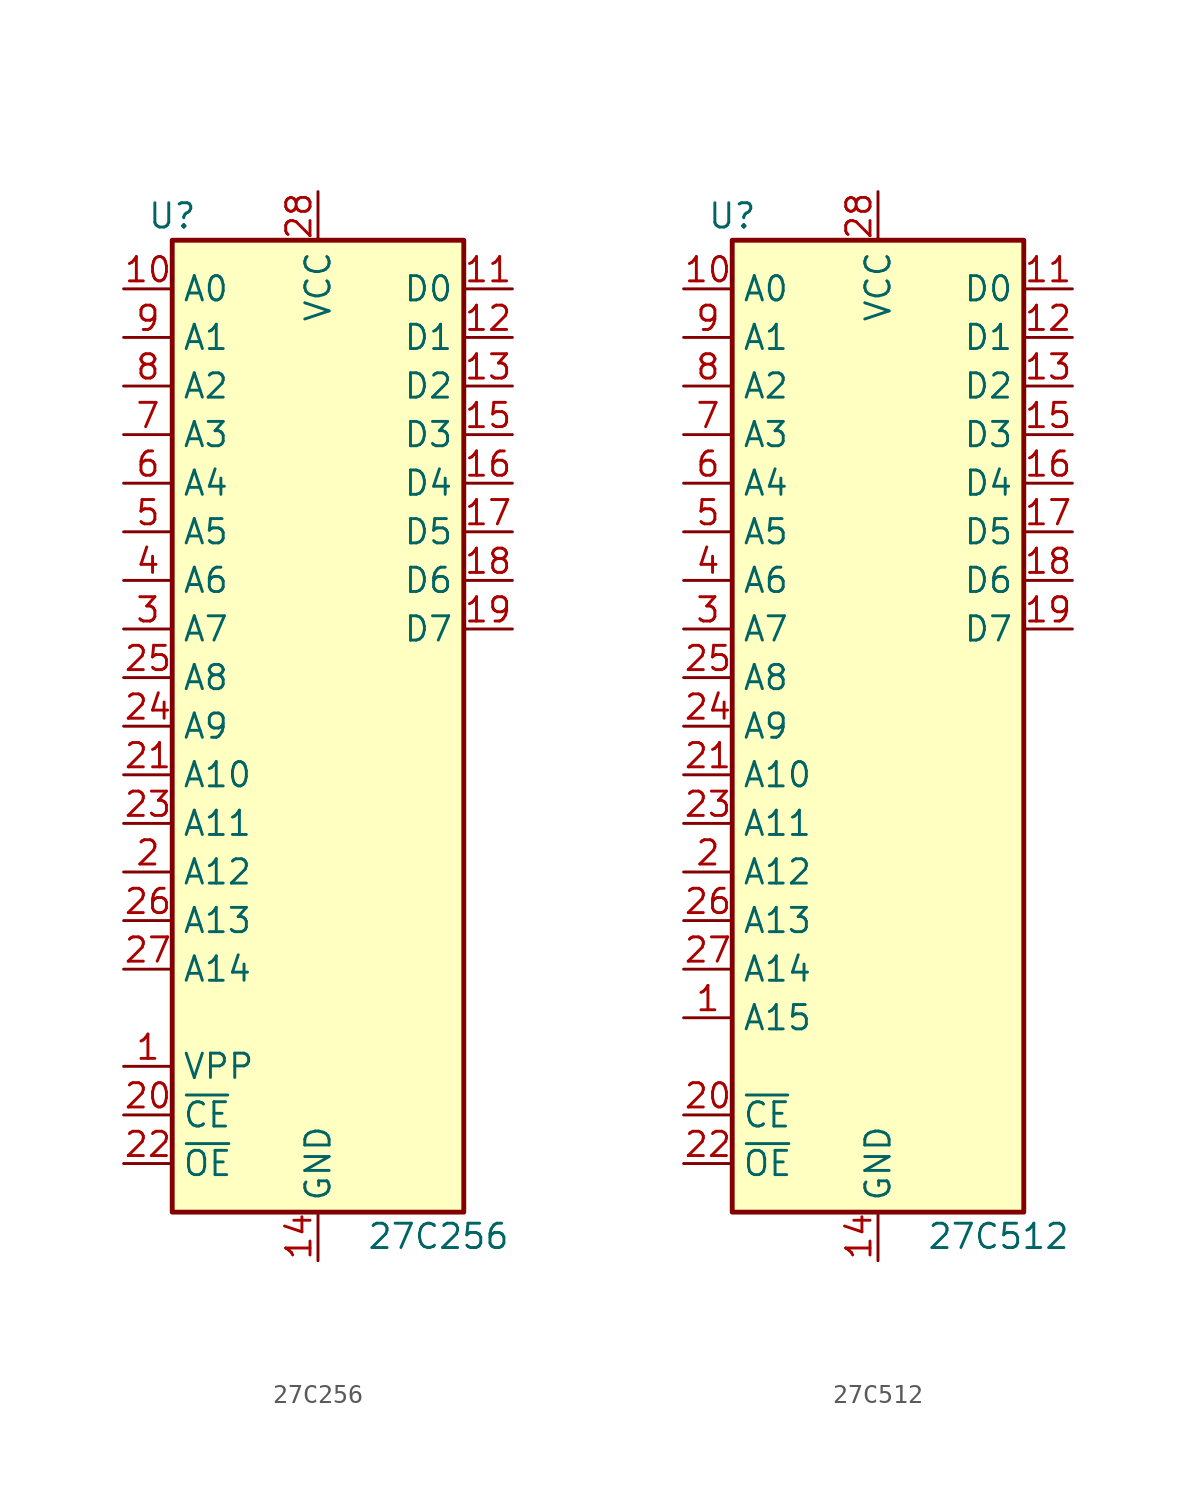
<source format=kicad_sym>
(kicad_symbol_lib
  (version 20241209)
  (generator "kicad_symbol_editor")
  (generator_version "9.0")
  (symbol "27C256"
    (property "Reference" "U"
      (at -7.62 26.67 0)
      (effects (font (size 1.27 1.27))))
    (property "Value" "27C256"
      (at 2.54 -26.67 0)
      (effects (font (size 1.27 1.27)) (justify left)))
    (symbol "27C256_1_1"
      (rectangle (start -7.62 25.4) (end 7.62 -25.4) (stroke (width 0.254) (type default)) (fill (type background)))
      (pin input line (at -10.16 22.86 0) (length 2.54) (name "A0" (effects (font (size 1.27 1.27)))) (number "10" (effects (font (size 1.27 1.27)))))
      (pin input line (at -10.16 20.32 0) (length 2.54) (name "A1" (effects (font (size 1.27 1.27)))) (number "9" (effects (font (size 1.27 1.27)))))
      (pin input line (at -10.16 17.78 0) (length 2.54) (name "A2" (effects (font (size 1.27 1.27)))) (number "8" (effects (font (size 1.27 1.27)))))
      (pin input line (at -10.16 15.24 0) (length 2.54) (name "A3" (effects (font (size 1.27 1.27)))) (number "7" (effects (font (size 1.27 1.27)))))
      (pin input line (at -10.16 12.7 0) (length 2.54) (name "A4" (effects (font (size 1.27 1.27)))) (number "6" (effects (font (size 1.27 1.27)))))
      (pin input line (at -10.16 10.16 0) (length 2.54) (name "A5" (effects (font (size 1.27 1.27)))) (number "5" (effects (font (size 1.27 1.27)))))
      (pin input line (at -10.16 7.62 0) (length 2.54) (name "A6" (effects (font (size 1.27 1.27)))) (number "4" (effects (font (size 1.27 1.27)))))
      (pin input line (at -10.16 5.08 0) (length 2.54) (name "A7" (effects (font (size 1.27 1.27)))) (number "3" (effects (font (size 1.27 1.27)))))
      (pin input line (at -10.16 2.54 0) (length 2.54) (name "A8" (effects (font (size 1.27 1.27)))) (number "25" (effects (font (size 1.27 1.27)))))
      (pin input line (at -10.16 0 0) (length 2.54) (name "A9" (effects (font (size 1.27 1.27)))) (number "24" (effects (font (size 1.27 1.27)))))
      (pin input line (at -10.16 -2.54 0) (length 2.54) (name "A10" (effects (font (size 1.27 1.27)))) (number "21" (effects (font (size 1.27 1.27)))))
      (pin input line (at -10.16 -5.08 0) (length 2.54) (name "A11" (effects (font (size 1.27 1.27)))) (number "23" (effects (font (size 1.27 1.27)))))
      (pin input line (at -10.16 -7.62 0) (length 2.54) (name "A12" (effects (font (size 1.27 1.27)))) (number "2" (effects (font (size 1.27 1.27)))))
      (pin input line (at -10.16 -10.16 0) (length 2.54) (name "A13" (effects (font (size 1.27 1.27)))) (number "26" (effects (font (size 1.27 1.27)))))
      (pin input line (at -10.16 -12.7 0) (length 2.54) (name "A14" (effects (font (size 1.27 1.27)))) (number "27" (effects (font (size 1.27 1.27)))))
      (pin input line (at -10.16 -17.78 0) (length 2.54) (name "VPP" (effects (font (size 1.27 1.27)))) (number "1" (effects (font (size 1.27 1.27)))))
      (pin input line (at -10.16 -20.32 0) (length 2.54) (name "~{CE}" (effects (font (size 1.27 1.27)))) (number "20" (effects (font (size 1.27 1.27)))))
      (pin input line (at -10.16 -22.86 0) (length 2.54) (name "~{OE}" (effects (font (size 1.27 1.27)))) (number "22" (effects (font (size 1.27 1.27)))))
      (pin power_in line (at 0 27.94 270) (length 2.54) (name "VCC" (effects (font (size 1.27 1.27)))) (number "28" (effects (font (size 1.27 1.27)))))
      (pin power_in line (at 0 -27.94 90) (length 2.54) (name "GND" (effects (font (size 1.27 1.27)))) (number "14" (effects (font (size 1.27 1.27)))))
      (pin tri_state line (at 10.16 22.86 180) (length 2.54) (name "D0" (effects (font (size 1.27 1.27)))) (number "11" (effects (font (size 1.27 1.27)))))
      (pin tri_state line (at 10.16 20.32 180) (length 2.54) (name "D1" (effects (font (size 1.27 1.27)))) (number "12" (effects (font (size 1.27 1.27)))))
      (pin tri_state line (at 10.16 17.78 180) (length 2.54) (name "D2" (effects (font (size 1.27 1.27)))) (number "13" (effects (font (size 1.27 1.27)))))
      (pin tri_state line (at 10.16 15.24 180) (length 2.54) (name "D3" (effects (font (size 1.27 1.27)))) (number "15" (effects (font (size 1.27 1.27)))))
      (pin tri_state line (at 10.16 12.7 180) (length 2.54) (name "D4" (effects (font (size 1.27 1.27)))) (number "16" (effects (font (size 1.27 1.27)))))
      (pin tri_state line (at 10.16 10.16 180) (length 2.54) (name "D5" (effects (font (size 1.27 1.27)))) (number "17" (effects (font (size 1.27 1.27)))))
      (pin tri_state line (at 10.16 7.62 180) (length 2.54) (name "D6" (effects (font (size 1.27 1.27)))) (number "18" (effects (font (size 1.27 1.27)))))
      (pin tri_state line (at 10.16 5.08 180) (length 2.54) (name "D7" (effects (font (size 1.27 1.27)))) (number "19" (effects (font (size 1.27 1.27)))))))
  (symbol "27C512"
    (property "Reference" "U"
      (at -7.62 26.67 0)
      (effects (font (size 1.27 1.27))))
    (property "Value" "27C512"
      (at 2.54 -26.67 0)
      (effects (font (size 1.27 1.27)) (justify left)))
    (symbol "27C512_1_1"
      (rectangle (start -7.62 25.4) (end 7.62 -25.4) (stroke (width 0.254) (type default)) (fill (type background)))
      (pin input line (at -10.16 22.86 0) (length 2.54) (name "A0" (effects (font (size 1.27 1.27)))) (number "10" (effects (font (size 1.27 1.27)))))
      (pin input line (at -10.16 20.32 0) (length 2.54) (name "A1" (effects (font (size 1.27 1.27)))) (number "9" (effects (font (size 1.27 1.27)))))
      (pin input line (at -10.16 17.78 0) (length 2.54) (name "A2" (effects (font (size 1.27 1.27)))) (number "8" (effects (font (size 1.27 1.27)))))
      (pin input line (at -10.16 15.24 0) (length 2.54) (name "A3" (effects (font (size 1.27 1.27)))) (number "7" (effects (font (size 1.27 1.27)))))
      (pin input line (at -10.16 12.7 0) (length 2.54) (name "A4" (effects (font (size 1.27 1.27)))) (number "6" (effects (font (size 1.27 1.27)))))
      (pin input line (at -10.16 10.16 0) (length 2.54) (name "A5" (effects (font (size 1.27 1.27)))) (number "5" (effects (font (size 1.27 1.27)))))
      (pin input line (at -10.16 7.62 0) (length 2.54) (name "A6" (effects (font (size 1.27 1.27)))) (number "4" (effects (font (size 1.27 1.27)))))
      (pin input line (at -10.16 5.08 0) (length 2.54) (name "A7" (effects (font (size 1.27 1.27)))) (number "3" (effects (font (size 1.27 1.27)))))
      (pin input line (at -10.16 2.54 0) (length 2.54) (name "A8" (effects (font (size 1.27 1.27)))) (number "25" (effects (font (size 1.27 1.27)))))
      (pin input line (at -10.16 0 0) (length 2.54) (name "A9" (effects (font (size 1.27 1.27)))) (number "24" (effects (font (size 1.27 1.27)))))
      (pin input line (at -10.16 -2.54 0) (length 2.54) (name "A10" (effects (font (size 1.27 1.27)))) (number "21" (effects (font (size 1.27 1.27)))))
      (pin input line (at -10.16 -5.08 0) (length 2.54) (name "A11" (effects (font (size 1.27 1.27)))) (number "23" (effects (font (size 1.27 1.27)))))
      (pin input line (at -10.16 -7.62 0) (length 2.54) (name "A12" (effects (font (size 1.27 1.27)))) (number "2" (effects (font (size 1.27 1.27)))))
      (pin input line (at -10.16 -10.16 0) (length 2.54) (name "A13" (effects (font (size 1.27 1.27)))) (number "26" (effects (font (size 1.27 1.27)))))
      (pin input line (at -10.16 -12.7 0) (length 2.54) (name "A14" (effects (font (size 1.27 1.27)))) (number "27" (effects (font (size 1.27 1.27)))))
      (pin input line (at -10.16 -15.24 0) (length 2.54) (name "A15" (effects (font (size 1.27 1.27)))) (number "1" (effects (font (size 1.27 1.27)))))
      (pin input line (at -10.16 -20.32 0) (length 2.54) (name "~{CE}" (effects (font (size 1.27 1.27)))) (number "20" (effects (font (size 1.27 1.27)))))
      (pin input line (at -10.16 -22.86 0) (length 2.54) (name "~{OE}" (effects (font (size 1.27 1.27)))) (number "22" (effects (font (size 1.27 1.27)))))
      (pin power_in line (at 0 27.94 270) (length 2.54) (name "VCC" (effects (font (size 1.27 1.27)))) (number "28" (effects (font (size 1.27 1.27)))))
      (pin power_in line (at 0 -27.94 90) (length 2.54) (name "GND" (effects (font (size 1.27 1.27)))) (number "14" (effects (font (size 1.27 1.27)))))
      (pin tri_state line (at 10.16 22.86 180) (length 2.54) (name "D0" (effects (font (size 1.27 1.27)))) (number "11" (effects (font (size 1.27 1.27)))))
      (pin tri_state line (at 10.16 20.32 180) (length 2.54) (name "D1" (effects (font (size 1.27 1.27)))) (number "12" (effects (font (size 1.27 1.27)))))
      (pin tri_state line (at 10.16 17.78 180) (length 2.54) (name "D2" (effects (font (size 1.27 1.27)))) (number "13" (effects (font (size 1.27 1.27)))))
      (pin tri_state line (at 10.16 15.24 180) (length 2.54) (name "D3" (effects (font (size 1.27 1.27)))) (number "15" (effects (font (size 1.27 1.27)))))
      (pin tri_state line (at 10.16 12.7 180) (length 2.54) (name "D4" (effects (font (size 1.27 1.27)))) (number "16" (effects (font (size 1.27 1.27)))))
      (pin tri_state line (at 10.16 10.16 180) (length 2.54) (name "D5" (effects (font (size 1.27 1.27)))) (number "17" (effects (font (size 1.27 1.27)))))
      (pin tri_state line (at 10.16 7.62 180) (length 2.54) (name "D6" (effects (font (size 1.27 1.27)))) (number "18" (effects (font (size 1.27 1.27)))))
      (pin tri_state line (at 10.16 5.08 180) (length 2.54) (name "D7" (effects (font (size 1.27 1.27)))) (number "19" (effects (font (size 1.27 1.27))))))))
</source>
